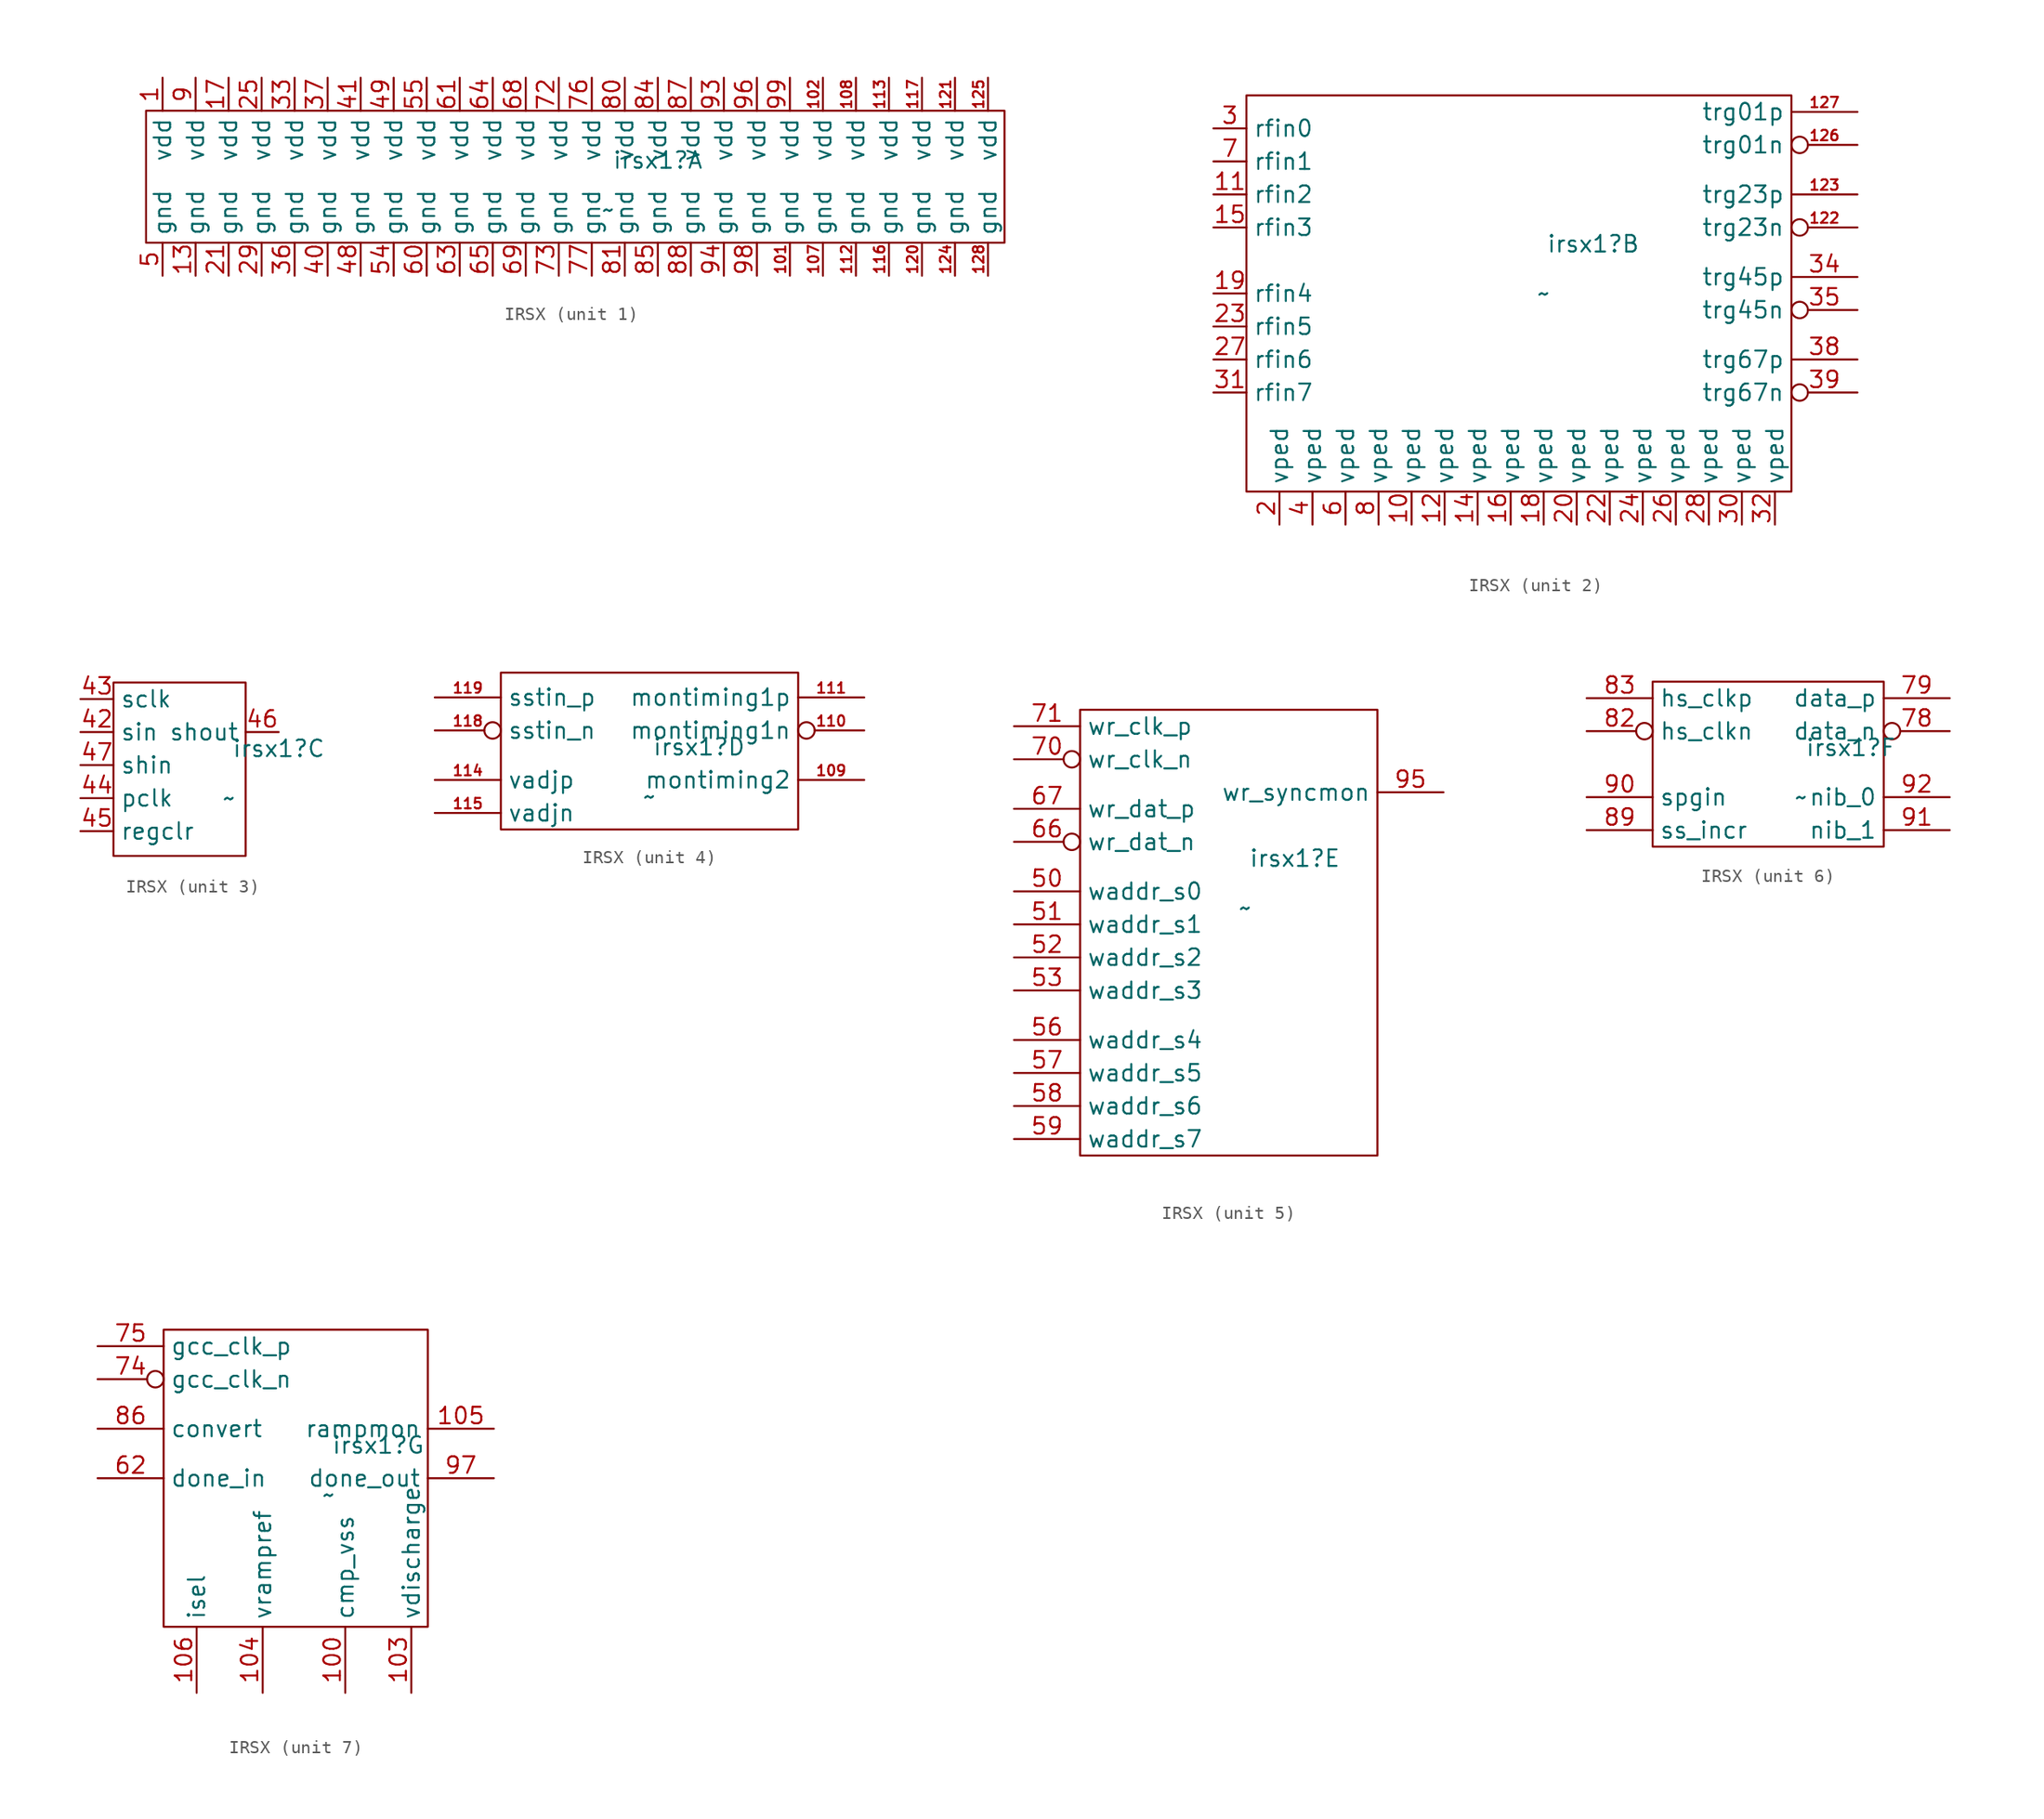
<source format=kicad_sym>
(kicad_symbol_lib
  (version 20241209)
  (generator "kicad_symbol_editor")
  (generator_version "9.0")
  (symbol "IRSX"
    (property "Reference" "irsx1"
      (at 6.35 1.27 0)
      (effects (font (size 1.27 1.27))))
    (property "Value" "~"
      (at 2.54 -2.54 0)
      (effects (font (size 1.27 1.27))))
    (property "ki_locked" ""
      (at 0 0 0)
      (effects (font (size 1.27 1.27))))
    (symbol "IRSX_1_1"
      (rectangle (start -33.02 5.08) (end 33.02 -5.08) (stroke (width 0) (type default)) (fill (type none)))
      (pin power_in line (at -31.75 7.62 270) (length 2.54) (name "vdd" (effects (font (size 1.27 1.27)))) (number "1" (effects (font (size 1.27 1.27)))))
      (pin power_in line (at -31.75 -7.62 90) (length 2.54) (name "gnd" (effects (font (size 1.27 1.27)))) (number "5" (effects (font (size 1.27 1.27)))))
      (pin power_in line (at -29.21 7.62 270) (length 2.54) (name "vdd" (effects (font (size 1.27 1.27)))) (number "9" (effects (font (size 1.27 1.27)))))
      (pin power_in line (at -29.21 -7.62 90) (length 2.54) (name "gnd" (effects (font (size 1.27 1.27)))) (number "13" (effects (font (size 1.27 1.27)))))
      (pin power_in line (at -26.67 7.62 270) (length 2.54) (name "vdd" (effects (font (size 1.27 1.27)))) (number "17" (effects (font (size 1.27 1.27)))))
      (pin power_in line (at -26.67 -7.62 90) (length 2.54) (name "gnd" (effects (font (size 1.27 1.27)))) (number "21" (effects (font (size 1.27 1.27)))))
      (pin power_in line (at -24.13 7.62 270) (length 2.54) (name "vdd" (effects (font (size 1.27 1.27)))) (number "25" (effects (font (size 1.27 1.27)))))
      (pin power_in line (at -24.13 -7.62 90) (length 2.54) (name "gnd" (effects (font (size 1.27 1.27)))) (number "29" (effects (font (size 1.27 1.27)))))
      (pin power_in line (at -21.59 7.62 270) (length 2.54) (name "vdd" (effects (font (size 1.27 1.27)))) (number "33" (effects (font (size 1.27 1.27)))))
      (pin power_in line (at -21.59 -7.62 90) (length 2.54) (name "gnd" (effects (font (size 1.27 1.27)))) (number "36" (effects (font (size 1.27 1.27)))))
      (pin power_in line (at -19.05 7.62 270) (length 2.54) (name "vdd" (effects (font (size 1.27 1.27)))) (number "37" (effects (font (size 1.27 1.27)))))
      (pin power_in line (at -19.05 -7.62 90) (length 2.54) (name "gnd" (effects (font (size 1.27 1.27)))) (number "40" (effects (font (size 1.27 1.27)))))
      (pin power_in line (at -16.51 7.62 270) (length 2.54) (name "vdd" (effects (font (size 1.27 1.27)))) (number "41" (effects (font (size 1.27 1.27)))))
      (pin power_in line (at -16.51 -7.62 90) (length 2.54) (name "gnd" (effects (font (size 1.27 1.27)))) (number "48" (effects (font (size 1.27 1.27)))))
      (pin power_in line (at -13.97 7.62 270) (length 2.54) (name "vdd" (effects (font (size 1.27 1.27)))) (number "49" (effects (font (size 1.27 1.27)))))
      (pin power_in line (at -13.97 -7.62 90) (length 2.54) (name "gnd" (effects (font (size 1.27 1.27)))) (number "54" (effects (font (size 1.27 1.27)))))
      (pin power_in line (at -11.43 7.62 270) (length 2.54) (name "vdd" (effects (font (size 1.27 1.27)))) (number "55" (effects (font (size 1.27 1.27)))))
      (pin power_in line (at -11.43 -7.62 90) (length 2.54) (name "gnd" (effects (font (size 1.27 1.27)))) (number "60" (effects (font (size 1.27 1.27)))))
      (pin power_in line (at -8.89 7.62 270) (length 2.54) (name "vdd" (effects (font (size 1.27 1.27)))) (number "61" (effects (font (size 1.27 1.27)))))
      (pin power_in line (at -8.89 -7.62 90) (length 2.54) (name "gnd" (effects (font (size 1.27 1.27)))) (number "63" (effects (font (size 1.27 1.27)))))
      (pin power_in line (at -6.35 7.62 270) (length 2.54) (name "vdd" (effects (font (size 1.27 1.27)))) (number "64" (effects (font (size 1.27 1.27)))))
      (pin power_in line (at -6.35 -7.62 90) (length 2.54) (name "gnd" (effects (font (size 1.27 1.27)))) (number "65" (effects (font (size 1.27 1.27)))))
      (pin power_in line (at -3.81 7.62 270) (length 2.54) (name "vdd" (effects (font (size 1.27 1.27)))) (number "68" (effects (font (size 1.27 1.27)))))
      (pin power_in line (at -3.81 -7.62 90) (length 2.54) (name "gnd" (effects (font (size 1.27 1.27)))) (number "69" (effects (font (size 1.27 1.27)))))
      (pin power_in line (at -1.27 7.62 270) (length 2.54) (name "vdd" (effects (font (size 1.27 1.27)))) (number "72" (effects (font (size 1.27 1.27)))))
      (pin power_in line (at -1.27 -7.62 90) (length 2.54) (name "gnd" (effects (font (size 1.27 1.27)))) (number "73" (effects (font (size 1.27 1.27)))))
      (pin power_in line (at 1.27 7.62 270) (length 2.54) (name "vdd" (effects (font (size 1.27 1.27)))) (number "76" (effects (font (size 1.27 1.27)))))
      (pin power_in line (at 1.27 -7.62 90) (length 2.54) (name "gnd" (effects (font (size 1.27 1.27)))) (number "77" (effects (font (size 1.27 1.27)))))
      (pin power_in line (at 3.81 7.62 270) (length 2.54) (name "vdd" (effects (font (size 1.27 1.27)))) (number "80" (effects (font (size 1.27 1.27)))))
      (pin power_in line (at 3.81 -7.62 90) (length 2.54) (name "gnd" (effects (font (size 1.27 1.27)))) (number "81" (effects (font (size 1.27 1.27)))))
      (pin power_in line (at 6.35 7.62 270) (length 2.54) (name "vdd" (effects (font (size 1.27 1.27)))) (number "84" (effects (font (size 1.27 1.27)))))
      (pin power_in line (at 6.35 -7.62 90) (length 2.54) (name "gnd" (effects (font (size 1.27 1.27)))) (number "85" (effects (font (size 1.27 1.27)))))
      (pin power_in line (at 8.89 7.62 270) (length 2.54) (name "vdd" (effects (font (size 1.27 1.27)))) (number "87" (effects (font (size 1.27 1.27)))))
      (pin power_in line (at 8.89 -7.62 90) (length 2.54) (name "gnd" (effects (font (size 1.27 1.27)))) (number "88" (effects (font (size 1.27 1.27)))))
      (pin power_in line (at 11.43 7.62 270) (length 2.54) (name "vdd" (effects (font (size 1.27 1.27)))) (number "93" (effects (font (size 1.27 1.27)))))
      (pin power_in line (at 11.43 -7.62 90) (length 2.54) (name "gnd" (effects (font (size 1.27 1.27)))) (number "94" (effects (font (size 1.27 1.27)))))
      (pin power_in line (at 13.97 7.62 270) (length 2.54) (name "vdd" (effects (font (size 1.27 1.27)))) (number "96" (effects (font (size 1.27 1.27)))))
      (pin power_in line (at 13.97 -7.62 90) (length 2.54) (name "gnd" (effects (font (size 1.27 1.27)))) (number "98" (effects (font (size 1.27 1.27)))))
      (pin power_in line (at 16.51 7.62 270) (length 2.54) (name "vdd" (effects (font (size 1.27 1.27)))) (number "99" (effects (font (size 1.27 1.27)))))
      (pin power_in line (at 16.51 -7.62 90) (length 2.54) (name "gnd" (effects (font (size 1.27 1.27)))) (number "101" (effects (font (size 0.8 0.8)))))
      (pin power_in line (at 19.05 7.62 270) (length 2.54) (name "vdd" (effects (font (size 1.27 1.27)))) (number "102" (effects (font (size 0.8 0.8)))))
      (pin power_in line (at 19.05 -7.62 90) (length 2.54) (name "gnd" (effects (font (size 1.27 1.27)))) (number "107" (effects (font (size 0.8 0.8)))))
      (pin power_in line (at 21.59 7.62 270) (length 2.54) (name "vdd" (effects (font (size 1.27 1.27)))) (number "108" (effects (font (size 0.8 0.8)))))
      (pin power_in line (at 21.59 -7.62 90) (length 2.54) (name "gnd" (effects (font (size 1.27 1.27)))) (number "112" (effects (font (size 0.8 0.8)))))
      (pin power_in line (at 24.13 7.62 270) (length 2.54) (name "vdd" (effects (font (size 1.27 1.27)))) (number "113" (effects (font (size 0.8 0.8)))))
      (pin power_in line (at 24.13 -7.62 90) (length 2.54) (name "gnd" (effects (font (size 1.27 1.27)))) (number "116" (effects (font (size 0.8 0.8)))))
      (pin power_in line (at 26.67 7.62 270) (length 2.54) (name "vdd" (effects (font (size 1.27 1.27)))) (number "117" (effects (font (size 0.8 0.8)))))
      (pin power_in line (at 26.67 -7.62 90) (length 2.54) (name "gnd" (effects (font (size 1.27 1.27)))) (number "120" (effects (font (size 0.8 0.8)))))
      (pin power_in line (at 29.21 7.62 270) (length 2.54) (name "vdd" (effects (font (size 1.27 1.27)))) (number "121" (effects (font (size 0.8 0.8)))))
      (pin power_in line (at 29.21 -7.62 90) (length 2.54) (name "gnd" (effects (font (size 1.27 1.27)))) (number "124" (effects (font (size 0.8 0.8)))))
      (pin power_in line (at 31.75 7.62 270) (length 2.54) (name "vdd" (effects (font (size 1.27 1.27)))) (number "125" (effects (font (size 0.8 0.8)))))
      (pin power_in line (at 31.75 -7.62 90) (length 2.54) (name "gnd" (effects (font (size 1.27 1.27)))) (number "128" (effects (font (size 0.8 0.8))))))
    (symbol "IRSX_2_1"
      (rectangle (start -20.32 12.7) (end 21.59 -17.78) (stroke (width 0) (type default)) (fill (type none)))
      (pin input line (at -22.86 10.16 0) (length 2.54) (name "rfin0" (effects (font (size 1.27 1.27)))) (number "3" (effects (font (size 1.27 1.27)))))
      (pin input line (at -22.86 7.62 0) (length 2.54) (name "rfin1" (effects (font (size 1.27 1.27)))) (number "7" (effects (font (size 1.27 1.27)))))
      (pin input line (at -22.86 5.08 0) (length 2.54) (name "rfin2" (effects (font (size 1.27 1.27)))) (number "11" (effects (font (size 1.27 1.27)))))
      (pin input line (at -22.86 2.54 0) (length 2.54) (name "rfin3" (effects (font (size 1.27 1.27)))) (number "15" (effects (font (size 1.27 1.27)))))
      (pin input line (at -22.86 -2.54 0) (length 2.54) (name "rfin4" (effects (font (size 1.27 1.27)))) (number "19" (effects (font (size 1.27 1.27)))))
      (pin input line (at -22.86 -5.08 0) (length 2.54) (name "rfin5" (effects (font (size 1.27 1.27)))) (number "23" (effects (font (size 1.27 1.27)))))
      (pin input line (at -22.86 -7.62 0) (length 2.54) (name "rfin6" (effects (font (size 1.27 1.27)))) (number "27" (effects (font (size 1.27 1.27)))))
      (pin input line (at -22.86 -10.16 0) (length 2.54) (name "rfin7" (effects (font (size 1.27 1.27)))) (number "31" (effects (font (size 1.27 1.27)))))
      (pin input line (at -17.78 -20.32 90) (length 2.54) (name "vped" (effects (font (size 1.27 1.27)))) (number "2" (effects (font (size 1.27 1.27)))))
      (pin input line (at -15.24 -20.32 90) (length 2.54) (name "vped" (effects (font (size 1.27 1.27)))) (number "4" (effects (font (size 1.27 1.27)))))
      (pin input line (at -12.7 -20.32 90) (length 2.54) (name "vped" (effects (font (size 1.27 1.27)))) (number "6" (effects (font (size 1.27 1.27)))))
      (pin input line (at -10.16 -20.32 90) (length 2.54) (name "vped" (effects (font (size 1.27 1.27)))) (number "8" (effects (font (size 1.27 1.27)))))
      (pin input line (at -7.62 -20.32 90) (length 2.54) (name "vped" (effects (font (size 1.27 1.27)))) (number "10" (effects (font (size 1.27 1.27)))))
      (pin input line (at -5.08 -20.32 90) (length 2.54) (name "vped" (effects (font (size 1.27 1.27)))) (number "12" (effects (font (size 1.27 1.27)))))
      (pin input line (at -2.54 -20.32 90) (length 2.54) (name "vped" (effects (font (size 1.27 1.27)))) (number "14" (effects (font (size 1.27 1.27)))))
      (pin input line (at 0 -20.32 90) (length 2.54) (name "vped" (effects (font (size 1.27 1.27)))) (number "16" (effects (font (size 1.27 1.27)))))
      (pin input line (at 2.54 -20.32 90) (length 2.54) (name "vped" (effects (font (size 1.27 1.27)))) (number "18" (effects (font (size 1.27 1.27)))))
      (pin input line (at 5.08 -20.32 90) (length 2.54) (name "vped" (effects (font (size 1.27 1.27)))) (number "20" (effects (font (size 1.27 1.27)))))
      (pin input line (at 7.62 -20.32 90) (length 2.54) (name "vped" (effects (font (size 1.27 1.27)))) (number "22" (effects (font (size 1.27 1.27)))))
      (pin input line (at 10.16 -20.32 90) (length 2.54) (name "vped" (effects (font (size 1.27 1.27)))) (number "24" (effects (font (size 1.27 1.27)))))
      (pin input line (at 12.7 -20.32 90) (length 2.54) (name "vped" (effects (font (size 1.27 1.27)))) (number "26" (effects (font (size 1.27 1.27)))))
      (pin input line (at 15.24 -20.32 90) (length 2.54) (name "vped" (effects (font (size 1.27 1.27)))) (number "28" (effects (font (size 1.27 1.27)))))
      (pin input line (at 17.78 -20.32 90) (length 2.54) (name "vped" (effects (font (size 1.27 1.27)))) (number "30" (effects (font (size 1.27 1.27)))))
      (pin input line (at 20.32 -20.32 90) (length 2.54) (name "vped" (effects (font (size 1.27 1.27)))) (number "32" (effects (font (size 1.27 1.27)))))
      (pin output line (at 26.67 11.43 180) (length 5.08) (name "trg01p" (effects (font (size 1.27 1.27)))) (number "127" (effects (font (size 0.8 0.8)))))
      (pin output inverted (at 26.67 8.89 180) (length 5.08) (name "trg01n" (effects (font (size 1.27 1.27)))) (number "126" (effects (font (size 0.8 0.8)))))
      (pin output line (at 26.67 5.08 180) (length 5.08) (name "trg23p" (effects (font (size 1.27 1.27)))) (number "123" (effects (font (size 0.8 0.8)))))
      (pin output inverted (at 26.67 2.54 180) (length 5.08) (name "trg23n" (effects (font (size 1.27 1.27)))) (number "122" (effects (font (size 0.8 0.8)))))
      (pin output line (at 26.67 -1.27 180) (length 5.08) (name "trg45p" (effects (font (size 1.27 1.27)))) (number "34" (effects (font (size 1.27 1.27)))))
      (pin output inverted (at 26.67 -3.81 180) (length 5.08) (name "trg45n" (effects (font (size 1.27 1.27)))) (number "35" (effects (font (size 1.27 1.27)))))
      (pin output line (at 26.67 -7.62 180) (length 5.08) (name "trg67p" (effects (font (size 1.27 1.27)))) (number "38" (effects (font (size 1.27 1.27)))))
      (pin output inverted (at 26.67 -10.16 180) (length 5.08) (name "trg67n" (effects (font (size 1.27 1.27)))) (number "39" (effects (font (size 1.27 1.27))))))
    (symbol "IRSX_3_1"
      (rectangle (start -6.35 6.35) (end 3.81 -6.985) (stroke (width 0) (type default)) (fill (type none)))
      (pin input line (at -8.89 5.08 0) (length 2.54) (name "sclk" (effects (font (size 1.27 1.27)))) (number "43" (effects (font (size 1.27 1.27)))))
      (pin input line (at -8.89 2.54 0) (length 2.54) (name "sin" (effects (font (size 1.27 1.27)))) (number "42" (effects (font (size 1.27 1.27)))))
      (pin input line (at -8.89 0 0) (length 2.54) (name "shin" (effects (font (size 1.27 1.27)))) (number "47" (effects (font (size 1.27 1.27)))))
      (pin input line (at -8.89 -2.54 0) (length 2.54) (name "pclk" (effects (font (size 1.27 1.27)))) (number "44" (effects (font (size 1.27 1.27)))))
      (pin input line (at -8.89 -5.08 0) (length 2.54) (name "regclr" (effects (font (size 1.27 1.27)))) (number "45" (effects (font (size 1.27 1.27)))))
      (pin output line (at 6.35 2.54 180) (length 2.54) (name "shout" (effects (font (size 1.27 1.27)))) (number "46" (effects (font (size 1.27 1.27))))))
    (symbol "IRSX_4_1"
      (rectangle (start -8.89 6.985) (end 13.97 -5.08) (stroke (width 0) (type default)) (fill (type none)))
      (pin input line (at -13.97 5.08 0) (length 5.08) (name "sstin_p" (effects (font (size 1.27 1.27)))) (number "119" (effects (font (size 0.8 0.8)))))
      (pin input inverted (at -13.97 2.54 0) (length 5.08) (name "sstin_n" (effects (font (size 1.27 1.27)))) (number "118" (effects (font (size 0.8 0.8)))))
      (pin input line (at -13.97 -1.27 0) (length 5.08) (name "vadjp" (effects (font (size 1.27 1.27)))) (number "114" (effects (font (size 0.8 0.8)))))
      (pin input line (at -13.97 -3.81 0) (length 5.08) (name "vadjn" (effects (font (size 1.27 1.27)))) (number "115" (effects (font (size 0.8 0.8)))))
      (pin output line (at 19.05 5.08 180) (length 5.08) (name "montiming1p" (effects (font (size 1.27 1.27)))) (number "111" (effects (font (size 0.8 0.8)))))
      (pin output inverted (at 19.05 2.54 180) (length 5.08) (name "montiming1n" (effects (font (size 1.27 1.27)))) (number "110" (effects (font (size 0.8 0.8)))))
      (pin output line (at 19.05 -1.27 180) (length 5.08) (name "montiming2" (effects (font (size 1.27 1.27)))) (number "109" (effects (font (size 0.8 0.8))))))
    (symbol "IRSX_5_1"
      (rectangle (start -10.16 12.7) (end 12.7 -21.59) (stroke (width 0) (type default)) (fill (type none)))
      (pin input line (at -15.24 11.43 0) (length 5.08) (name "wr_clk_p" (effects (font (size 1.27 1.27)))) (number "71" (effects (font (size 1.27 1.27)))))
      (pin input inverted (at -15.24 8.89 0) (length 5.08) (name "wr_clk_n" (effects (font (size 1.27 1.27)))) (number "70" (effects (font (size 1.27 1.27)))))
      (pin input line (at -15.24 5.08 0) (length 5.08) (name "wr_dat_p" (effects (font (size 1.27 1.27)))) (number "67" (effects (font (size 1.27 1.27)))))
      (pin input inverted (at -15.24 2.54 0) (length 5.08) (name "wr_dat_n" (effects (font (size 1.27 1.27)))) (number "66" (effects (font (size 1.27 1.27)))))
      (pin input line (at -15.24 -1.27 0) (length 5.08) (name "waddr_s0" (effects (font (size 1.27 1.27)))) (number "50" (effects (font (size 1.27 1.27)))))
      (pin input line (at -15.24 -3.81 0) (length 5.08) (name "waddr_s1" (effects (font (size 1.27 1.27)))) (number "51" (effects (font (size 1.27 1.27)))))
      (pin input line (at -15.24 -6.35 0) (length 5.08) (name "waddr_s2" (effects (font (size 1.27 1.27)))) (number "52" (effects (font (size 1.27 1.27)))))
      (pin input line (at -15.24 -8.89 0) (length 5.08) (name "waddr_s3" (effects (font (size 1.27 1.27)))) (number "53" (effects (font (size 1.27 1.27)))))
      (pin input line (at -15.24 -12.7 0) (length 5.08) (name "waddr_s4" (effects (font (size 1.27 1.27)))) (number "56" (effects (font (size 1.27 1.27)))))
      (pin input line (at -15.24 -15.24 0) (length 5.08) (name "waddr_s5" (effects (font (size 1.27 1.27)))) (number "57" (effects (font (size 1.27 1.27)))))
      (pin input line (at -15.24 -17.78 0) (length 5.08) (name "waddr_s6" (effects (font (size 1.27 1.27)))) (number "58" (effects (font (size 1.27 1.27)))))
      (pin input line (at -15.24 -20.32 0) (length 5.08) (name "waddr_s7" (effects (font (size 1.27 1.27)))) (number "59" (effects (font (size 1.27 1.27)))))
      (pin output line (at 17.78 6.35 180) (length 5.08) (name "wr_syncmon" (effects (font (size 1.27 1.27)))) (number "95" (effects (font (size 1.27 1.27))))))
    (symbol "IRSX_6_1"
      (rectangle (start -8.89 6.35) (end 8.89 -6.35) (stroke (width 0) (type default)) (fill (type none)))
      (pin input line (at -13.97 5.08 0) (length 5.08) (name "hs_clkp" (effects (font (size 1.27 1.27)))) (number "83" (effects (font (size 1.27 1.27)))))
      (pin input inverted (at -13.97 2.54 0) (length 5.08) (name "hs_clkn" (effects (font (size 1.27 1.27)))) (number "82" (effects (font (size 1.27 1.27)))))
      (pin input line (at -13.97 -2.54 0) (length 5.08) (name "spgin" (effects (font (size 1.27 1.27)))) (number "90" (effects (font (size 1.27 1.27)))))
      (pin input line (at -13.97 -5.08 0) (length 5.08) (name "ss_incr" (effects (font (size 1.27 1.27)))) (number "89" (effects (font (size 1.27 1.27)))))
      (pin output line (at 13.97 5.08 180) (length 5.08) (name "data_p" (effects (font (size 1.27 1.27)))) (number "79" (effects (font (size 1.27 1.27)))))
      (pin output inverted (at 13.97 2.54 180) (length 5.08) (name "data_n" (effects (font (size 1.27 1.27)))) (number "78" (effects (font (size 1.27 1.27)))))
      (pin output line (at 13.97 -2.54 180) (length 5.08) (name "nib_0" (effects (font (size 1.27 1.27)))) (number "92" (effects (font (size 1.27 1.27)))))
      (pin output line (at 13.97 -5.08 180) (length 5.08) (name "nib_1" (effects (font (size 1.27 1.27)))) (number "91" (effects (font (size 1.27 1.27))))))
    (symbol "IRSX_7_1"
      (rectangle (start -10.16 10.16) (end 10.16 -12.7) (stroke (width 0) (type default)) (fill (type none)))
      (pin input line (at -15.24 8.89 0) (length 5.08) (name "gcc_clk_p" (effects (font (size 1.27 1.27)))) (number "75" (effects (font (size 1.27 1.27)))))
      (pin input inverted (at -15.24 6.35 0) (length 5.08) (name "gcc_clk_n" (effects (font (size 1.27 1.27)))) (number "74" (effects (font (size 1.27 1.27)))))
      (pin input line (at -15.24 2.54 0) (length 5.08) (name "convert" (effects (font (size 1.27 1.27)))) (number "86" (effects (font (size 1.27 1.27)))))
      (pin input line (at -15.24 -1.27 0) (length 5.08) (name "done_in" (effects (font (size 1.27 1.27)))) (number "62" (effects (font (size 1.27 1.27)))))
      (pin open_collector line (at -7.62 -17.78 90) (length 5.08) (name "isel" (effects (font (size 1.27 1.27)))) (number "106" (effects (font (size 1.27 1.27)))))
      (pin output line (at -2.54 -17.78 90) (length 5.08) (name "vrampref" (effects (font (size 1.27 1.27)))) (number "104" (effects (font (size 1.27 1.27)))))
      (pin power_in line (at 3.81 -17.78 90) (length 5.08) (name "cmp_vss" (effects (font (size 1.27 1.27)))) (number "100" (effects (font (size 1.27 1.27)))))
      (pin output line (at 8.89 -17.78 90) (length 5.08) (name "vdischarge" (effects (font (size 1.27 1.27)))) (number "103" (effects (font (size 1.27 1.27)))))
      (pin output line (at 15.24 2.54 180) (length 5.08) (name "rampmon" (effects (font (size 1.27 1.27)))) (number "105" (effects (font (size 1.27 1.27)))))
      (pin output line (at 15.24 -1.27 180) (length 5.08) (name "done_out" (effects (font (size 1.27 1.27)))) (number "97" (effects (font (size 1.27 1.27))))))))
</source>
